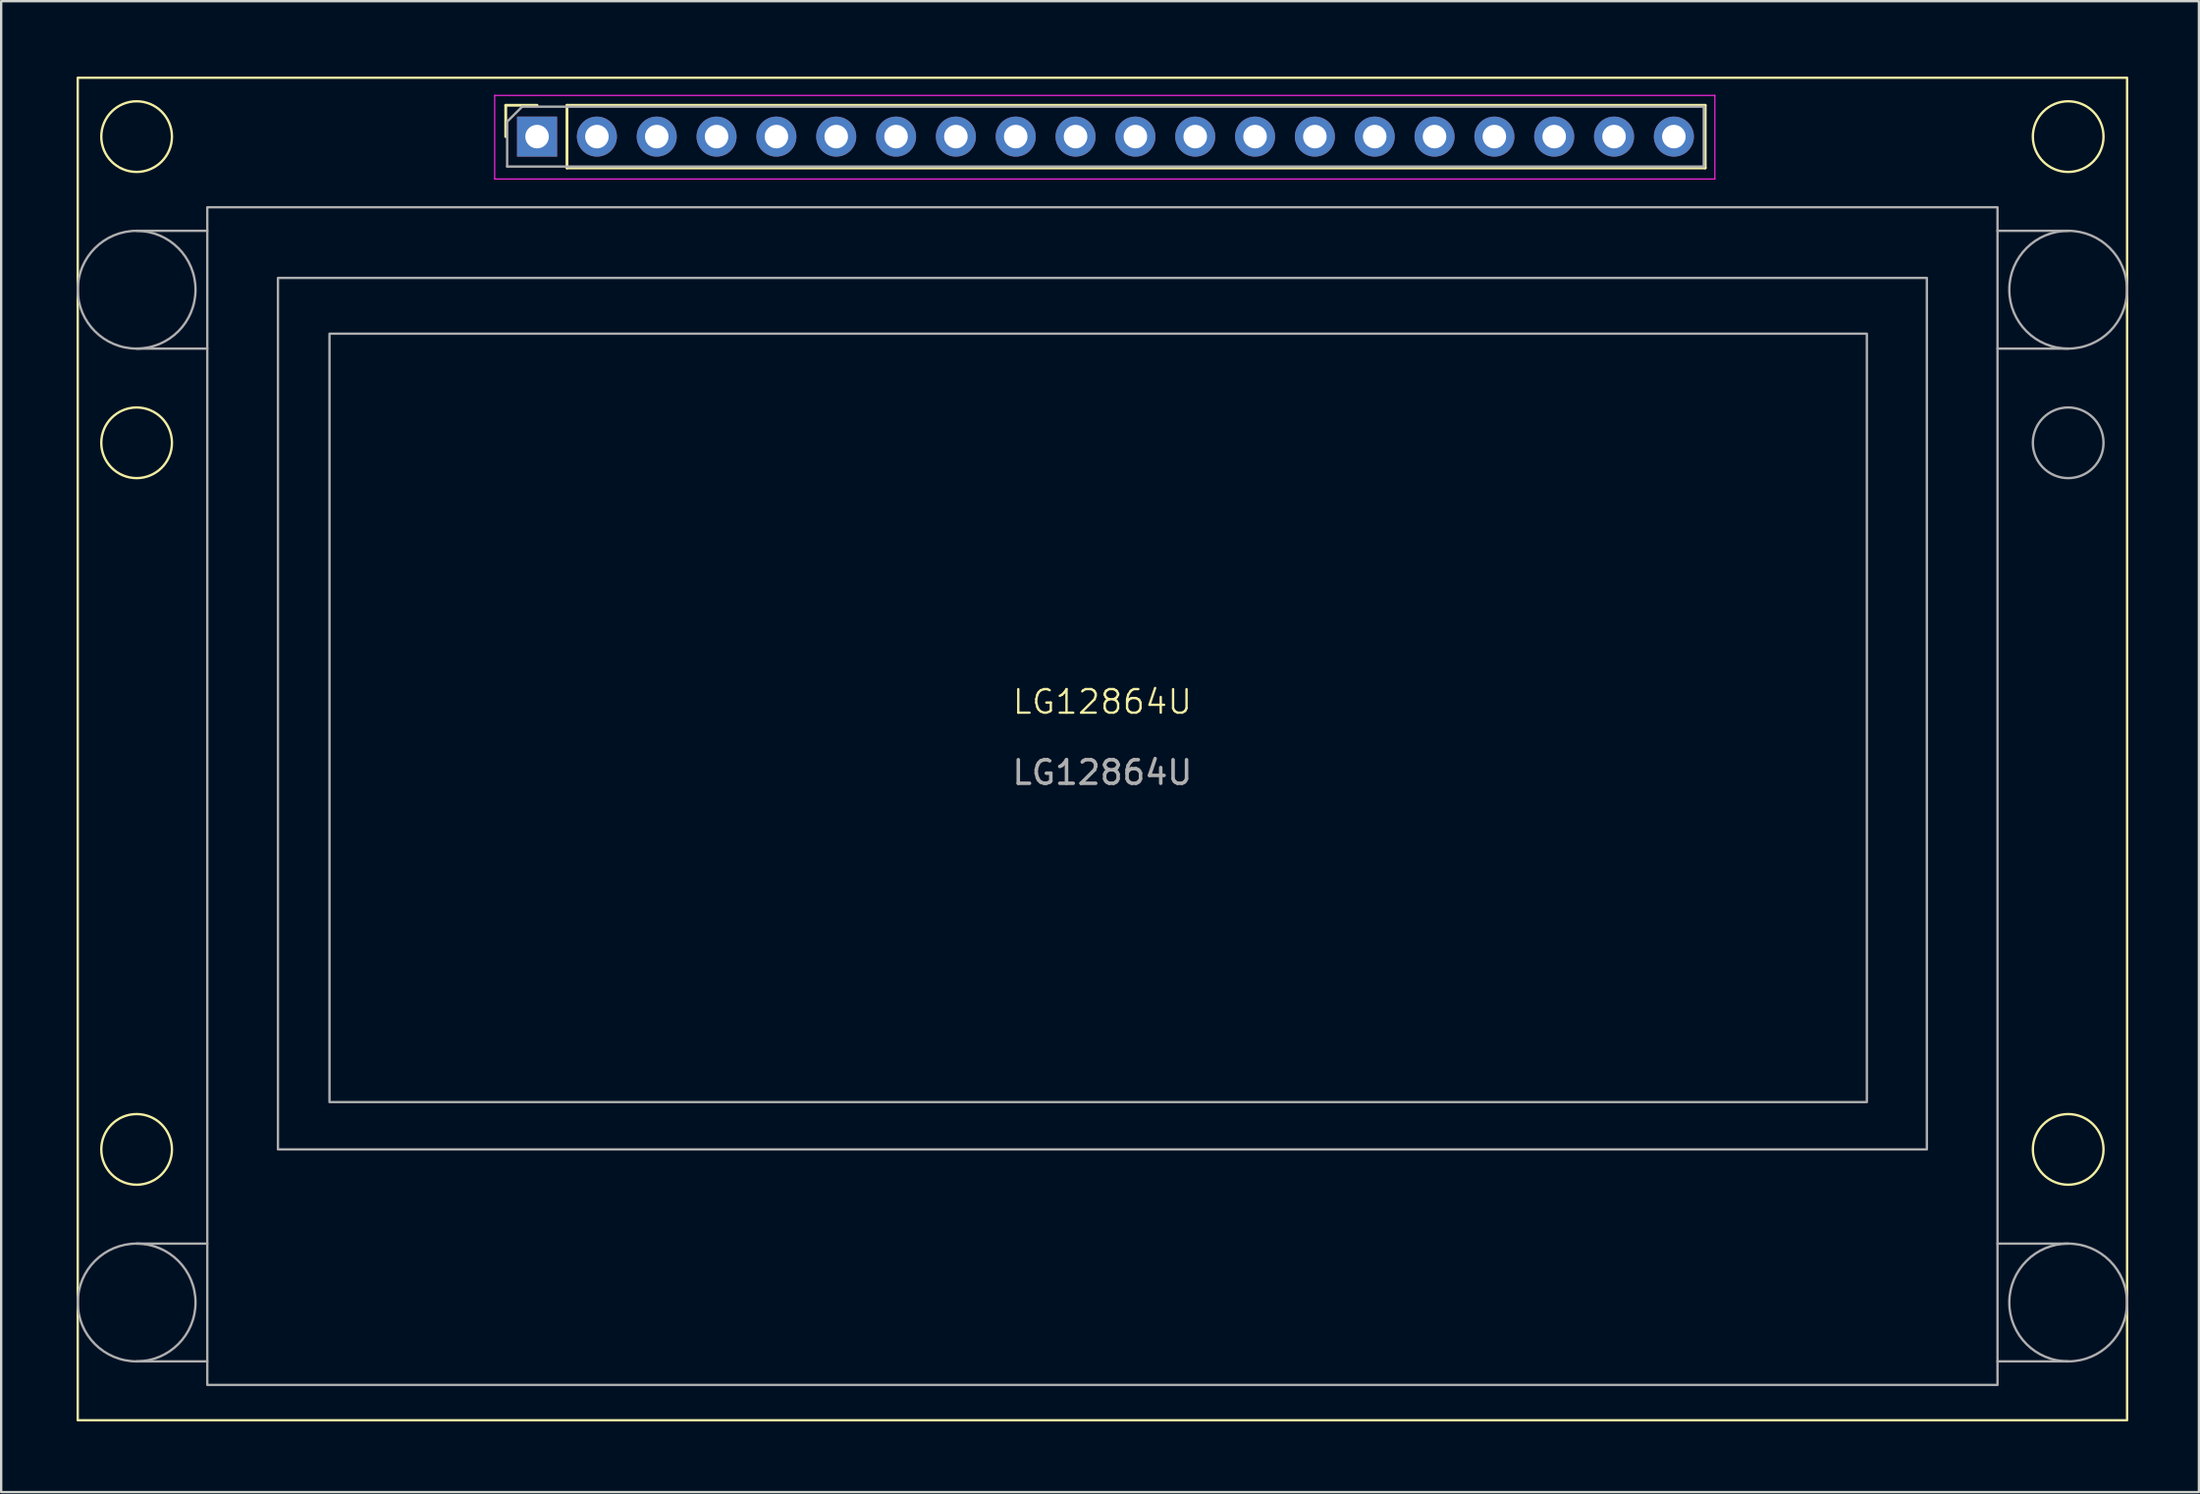
<source format=kicad_pcb>
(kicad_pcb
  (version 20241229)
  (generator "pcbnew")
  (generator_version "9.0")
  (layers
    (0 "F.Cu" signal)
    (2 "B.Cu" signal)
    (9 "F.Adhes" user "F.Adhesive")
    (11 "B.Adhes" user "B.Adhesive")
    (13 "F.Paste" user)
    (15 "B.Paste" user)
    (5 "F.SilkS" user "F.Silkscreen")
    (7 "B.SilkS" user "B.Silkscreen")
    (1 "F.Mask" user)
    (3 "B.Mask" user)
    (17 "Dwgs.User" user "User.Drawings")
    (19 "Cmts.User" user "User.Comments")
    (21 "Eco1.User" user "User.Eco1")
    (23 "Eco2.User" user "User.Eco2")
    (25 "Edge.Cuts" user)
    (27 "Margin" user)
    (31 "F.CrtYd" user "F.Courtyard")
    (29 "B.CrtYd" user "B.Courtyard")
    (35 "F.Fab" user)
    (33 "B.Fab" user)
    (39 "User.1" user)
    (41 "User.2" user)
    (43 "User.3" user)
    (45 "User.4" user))
  (footprint "LG12864U"
    (layer "F.Cu")
    (at 0.25 0.25)
    (property "Reference" "LG12864U" (at 43.5 26.5 0) (unlocked yes) (layer "F.SilkS") (effects (font (size 1 1) (thickness 0.1))))
    (attr through_hole)
    (fp_line (start 18.17 1.17) (end 19.5 1.17) (stroke (width 0.12) (type solid)) (layer "F.SilkS"))
    (fp_line (start 18.17 2.5) (end 18.17 1.17) (stroke (width 0.12) (type solid)) (layer "F.SilkS"))
    (fp_line (start 20.77 1.17) (end 69.09 1.17) (stroke (width 0.12) (type solid)) (layer "F.SilkS"))
    (fp_line (start 20.77 3.83) (end 20.77 1.17) (stroke (width 0.12) (type solid)) (layer "F.SilkS"))
    (fp_line (start 20.77 3.83) (end 69.09 3.83) (stroke (width 0.12) (type solid)) (layer "F.SilkS"))
    (fp_line (start 69.09 3.83) (end 69.09 1.17) (stroke (width 0.12) (type solid)) (layer "F.SilkS"))
    (fp_rect (start 0 0) (end 87 57) (stroke (width 0.1) (type default)) (fill no) (layer "F.SilkS"))
    (fp_circle (center 2.5 2.5) (end 4 2.5) (stroke (width 0.1) (type default)) (fill no) (layer "F.SilkS"))
    (fp_circle (center 2.5 15.5) (end 4 15.5) (stroke (width 0.1) (type default)) (fill no) (layer "F.SilkS"))
    (fp_circle (center 2.5 45.5) (end 4 45.5) (stroke (width 0.1) (type default)) (fill no) (layer "F.SilkS"))
    (fp_circle (center 84.5 2.5) (end 86 2.5) (stroke (width 0.1) (type default)) (fill no) (layer "F.SilkS"))
    (fp_circle (center 84.5 45.5) (end 86 45.5) (stroke (width 0.1) (type default)) (fill no) (layer "F.SilkS"))
    (fp_line (start 17.7 0.75) (end 69.5 0.75) (stroke (width 0.05) (type solid)) (layer "F.CrtYd"))
    (fp_line (start 17.7 4.3) (end 17.7 0.75) (stroke (width 0.05) (type solid)) (layer "F.CrtYd"))
    (fp_line (start 69.5 0.75) (end 69.5 4.3) (stroke (width 0.05) (type solid)) (layer "F.CrtYd"))
    (fp_line (start 69.5 4.3) (end 17.7 4.3) (stroke (width 0.05) (type solid)) (layer "F.CrtYd"))
    (fp_line (start 2.5 6.5) (end 5.5 6.5) (stroke (width 0.1) (type default)) (layer "F.Fab"))
    (fp_line (start 2.5 11.5) (end 5.5 11.5) (stroke (width 0.1) (type default)) (layer "F.Fab"))
    (fp_line (start 2.5 49.5) (end 5.5 49.5) (stroke (width 0.1) (type default)) (layer "F.Fab"))
    (fp_line (start 2.5 54.5) (end 5.5 54.5) (stroke (width 0.1) (type default)) (layer "F.Fab"))
    (fp_line (start 18.23 1.865) (end 18.865 1.23) (stroke (width 0.1) (type solid)) (layer "F.Fab"))
    (fp_line (start 18.23 3.77) (end 18.23 1.865) (stroke (width 0.1) (type solid)) (layer "F.Fab"))
    (fp_line (start 18.865 1.23) (end 69.03 1.23) (stroke (width 0.1) (type solid)) (layer "F.Fab"))
    (fp_line (start 69.03 1.23) (end 69.03 3.77) (stroke (width 0.1) (type solid)) (layer "F.Fab"))
    (fp_line (start 69.03 3.77) (end 18.23 3.77) (stroke (width 0.1) (type solid)) (layer "F.Fab"))
    (fp_line (start 84.5 6.5) (end 81.5 6.5) (stroke (width 0.1) (type default)) (layer "F.Fab"))
    (fp_line (start 84.5 11.5) (end 81.5 11.5) (stroke (width 0.1) (type default)) (layer "F.Fab"))
    (fp_line (start 84.5 49.5) (end 81.5 49.5) (stroke (width 0.1) (type default)) (layer "F.Fab"))
    (fp_line (start 84.5 54.5) (end 81.5 54.5) (stroke (width 0.1) (type default)) (layer "F.Fab"))
    (fp_rect (start 5.5 5.5) (end 81.5 55.5) (stroke (width 0.1) (type default)) (fill no) (layer "F.Fab"))
    (fp_rect (start 8.5 8.5) (end 78.5 45.5) (stroke (width 0.1) (type default)) (fill no) (layer "F.Fab"))
    (fp_rect (start 10.688 10.867) (end 75.953 43.492) (stroke (width 0.1) (type solid)) (fill no) (layer "F.Fab"))
    (fp_circle (center 2.5 9) (end 5 9) (stroke (width 0.1) (type default)) (fill no) (layer "F.Fab"))
    (fp_circle (center 2.5 52) (end 5 52) (stroke (width 0.1) (type default)) (fill no) (layer "F.Fab"))
    (fp_circle (center 84.5 9) (end 87 9) (stroke (width 0.1) (type default)) (fill no) (layer "F.Fab"))
    (fp_circle (center 84.5 15.5) (end 86 15.5) (stroke (width 0.1) (type default)) (fill no) (layer "F.Fab"))
    (fp_circle (center 84.5 52) (end 87 52) (stroke (width 0.1) (type default)) (fill no) (layer "F.Fab"))
    (fp_text user "${REFERENCE}" (at 43.5 29.5 0) (unlocked yes) (layer "F.Fab") (effects (font (size 1 1) (thickness 0.15))))
    (pad "1" thru_hole rect (at 19.5 2.5 90) (size 1.7 1.7) (drill 1) (layers "*.Cu" "*.Mask"))
    (pad "2" thru_hole oval (at 22.04 2.5 90) (size 1.7 1.7) (drill 1) (layers "*.Cu" "*.Mask"))
    (pad "3" thru_hole oval (at 24.58 2.5 90) (size 1.7 1.7) (drill 1) (layers "*.Cu" "*.Mask"))
    (pad "4" thru_hole oval (at 27.12 2.5 90) (size 1.7 1.7) (drill 1) (layers "*.Cu" "*.Mask"))
    (pad "5" thru_hole oval (at 29.66 2.5 90) (size 1.7 1.7) (drill 1) (layers "*.Cu" "*.Mask"))
    (pad "6" thru_hole oval (at 32.2 2.5 90) (size 1.7 1.7) (drill 1) (layers "*.Cu" "*.Mask"))
    (pad "7" thru_hole oval (at 34.74 2.5 90) (size 1.7 1.7) (drill 1) (layers "*.Cu" "*.Mask"))
    (pad "8" thru_hole oval (at 37.28 2.5 90) (size 1.7 1.7) (drill 1) (layers "*.Cu" "*.Mask"))
    (pad "9" thru_hole oval (at 39.82 2.5 90) (size 1.7 1.7) (drill 1) (layers "*.Cu" "*.Mask"))
    (pad "10" thru_hole oval (at 42.36 2.5 90) (size 1.7 1.7) (drill 1) (layers "*.Cu" "*.Mask"))
    (pad "11" thru_hole oval (at 44.9 2.5 90) (size 1.7 1.7) (drill 1) (layers "*.Cu" "*.Mask"))
    (pad "12" thru_hole oval (at 47.44 2.5 90) (size 1.7 1.7) (drill 1) (layers "*.Cu" "*.Mask"))
    (pad "13" thru_hole oval (at 49.98 2.5 90) (size 1.7 1.7) (drill 1) (layers "*.Cu" "*.Mask"))
    (pad "14" thru_hole oval (at 52.52 2.5 90) (size 1.7 1.7) (drill 1) (layers "*.Cu" "*.Mask"))
    (pad "15" thru_hole oval (at 55.06 2.5 90) (size 1.7 1.7) (drill 1) (layers "*.Cu" "*.Mask"))
    (pad "16" thru_hole oval (at 57.6 2.5 90) (size 1.7 1.7) (drill 1) (layers "*.Cu" "*.Mask"))
    (pad "17" thru_hole oval (at 60.14 2.5 90) (size 1.7 1.7) (drill 1) (layers "*.Cu" "*.Mask"))
    (pad "18" thru_hole oval (at 62.68 2.5 90) (size 1.7 1.7) (drill 1) (layers "*.Cu" "*.Mask"))
    (pad "19" thru_hole oval (at 65.22 2.5 90) (size 1.7 1.7) (drill 1) (layers "*.Cu" "*.Mask"))
    (pad "20" thru_hole oval (at 67.76 2.5 90) (size 1.7 1.7) (drill 1) (layers "*.Cu" "*.Mask")))
  (gr_rect
    (start -3 -3)
    (end 90.3 60.3)
    (stroke (width 0.1) (type default))
    (fill no)
    (layer "Edge.Cuts")))
</source>
